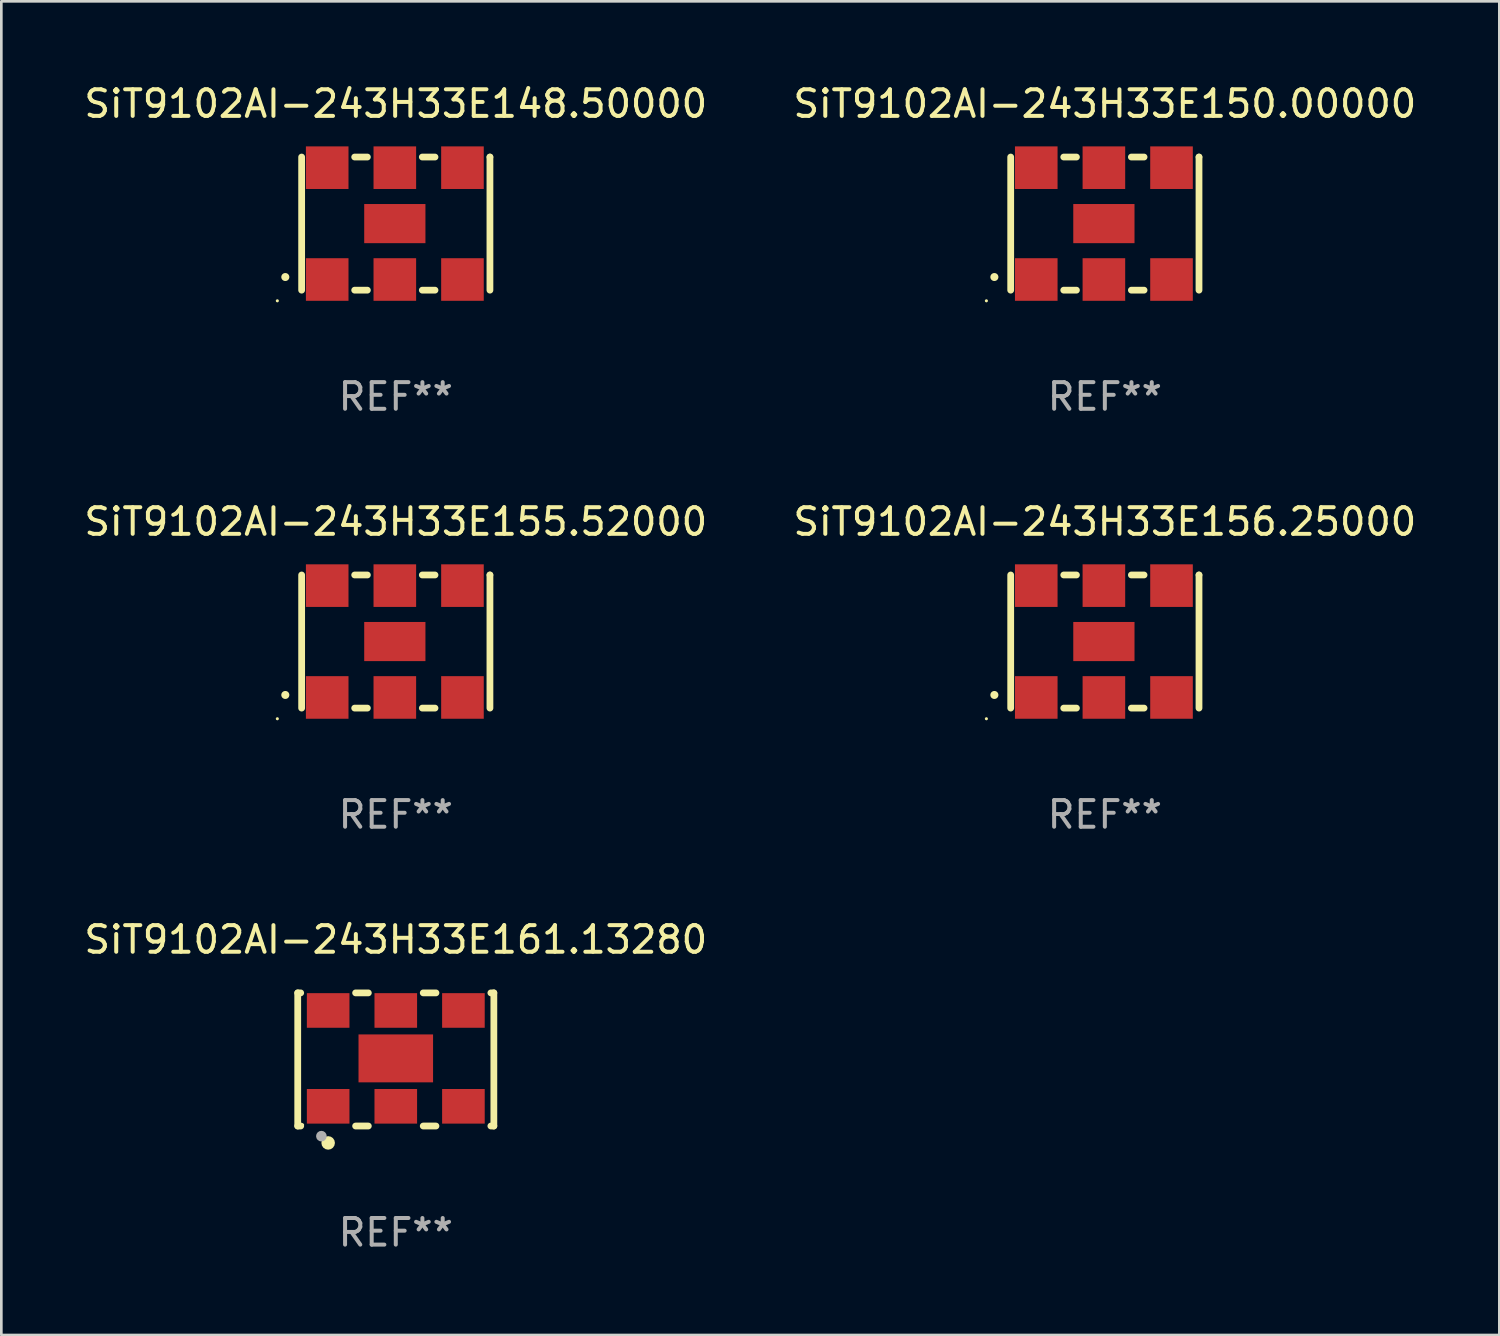
<source format=kicad_pcb>
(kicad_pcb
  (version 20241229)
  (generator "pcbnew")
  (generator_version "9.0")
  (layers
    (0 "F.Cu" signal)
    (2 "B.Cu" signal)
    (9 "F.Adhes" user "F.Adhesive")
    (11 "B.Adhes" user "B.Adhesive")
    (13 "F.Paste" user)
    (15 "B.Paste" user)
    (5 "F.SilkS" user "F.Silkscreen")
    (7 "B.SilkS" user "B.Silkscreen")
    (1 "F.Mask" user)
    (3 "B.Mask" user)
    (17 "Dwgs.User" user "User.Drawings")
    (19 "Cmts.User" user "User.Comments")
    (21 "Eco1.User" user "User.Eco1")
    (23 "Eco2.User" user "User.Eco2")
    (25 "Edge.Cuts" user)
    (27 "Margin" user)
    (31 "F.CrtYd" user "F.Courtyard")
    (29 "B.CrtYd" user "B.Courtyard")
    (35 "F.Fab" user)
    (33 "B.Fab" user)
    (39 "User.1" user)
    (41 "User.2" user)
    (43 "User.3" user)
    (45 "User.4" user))
  (footprint "SiT9102AI-243H33E148.50000"
    (layer "F.Cu")
    (at 11.815 5.348)
    (property "Reference" "SiT9102AI-243H33E148.50000" (at 0 -4.5 0) (layer "F.SilkS") (effects (font (size 1 1) (thickness 0.15))))
    (attr through_hole)
    (fp_line (start -3.536 -2.5) (end -3.536 2.5) (stroke (width 0.254) (type solid)) (layer "F.SilkS"))
    (fp_line (start -1.544 2.5) (end -1.067 2.5) (stroke (width 0.254) (type solid)) (layer "F.SilkS"))
    (fp_line (start -1.067 -2.5) (end -1.544 -2.5) (stroke (width 0.254) (type solid)) (layer "F.SilkS"))
    (fp_line (start 0.996 2.5) (end 1.473 2.5) (stroke (width 0.254) (type solid)) (layer "F.SilkS"))
    (fp_line (start 1.473 -2.5) (end 0.996 -2.5) (stroke (width 0.254) (type solid)) (layer "F.SilkS"))
    (fp_line (start 3.536 -2.5) (end 3.536 -2.5) (stroke (width 0.254) (type solid)) (layer "F.SilkS"))
    (fp_line (start 3.536 2.5) (end 3.536 -2.5) (stroke (width 0.254) (type solid)) (layer "F.SilkS"))
    (fp_arc (start -4.150432 2.006604) (mid -4.149162 2.006599) (end -4.147892 2.006604) (stroke (width 0.3) (type solid)) (layer "F.SilkS"))
    (fp_circle (center -4.449 2.9) (end -4.419 2.9) (stroke (width 0.06) (type solid)) (fill no) (layer "F.SilkS"))
    (fp_text user "REF**" (at 0 6.5 0) (layer "F.Fab") (effects (font (size 1 1) (thickness 0.15))))
    (pad "1" smd rect (at -2.576 2.1) (size 1.6 1.6) (layers "F.Cu" "F.Mask" "F.Paste"))
    (pad "2" smd rect (at -0.036 2.1) (size 1.6 1.6) (layers "F.Cu" "F.Mask" "F.Paste"))
    (pad "3" smd rect (at 2.504 2.1) (size 1.6 1.6) (layers "F.Cu" "F.Mask" "F.Paste"))
    (pad "4" smd rect (at 2.504 -2.1) (size 1.6 1.6) (layers "F.Cu" "F.Mask" "F.Paste"))
    (pad "5" smd rect (at -0.036 -2.1) (size 1.6 1.6) (layers "F.Cu" "F.Mask" "F.Paste"))
    (pad "6" smd rect (at -2.576 -2.1) (size 1.6 1.6) (layers "F.Cu" "F.Mask" "F.Paste"))
    (pad "7" smd rect (at -0.036 0) (size 2.3 1.47) (layers "F.Cu" "F.Mask" "F.Paste")))
  (footprint "SiT9102AI-243H33E155.52000"
    (layer "F.Cu")
    (at 11.815 21.045)
    (property "Reference" "SiT9102AI-243H33E155.52000" (at 0 -4.5 0) (layer "F.SilkS") (effects (font (size 1 1) (thickness 0.15))))
    (attr through_hole)
    (fp_line (start -3.536 -2.5) (end -3.536 2.5) (stroke (width 0.254) (type solid)) (layer "F.SilkS"))
    (fp_line (start -1.544 2.5) (end -1.067 2.5) (stroke (width 0.254) (type solid)) (layer "F.SilkS"))
    (fp_line (start -1.067 -2.5) (end -1.544 -2.5) (stroke (width 0.254) (type solid)) (layer "F.SilkS"))
    (fp_line (start 0.996 2.5) (end 1.473 2.5) (stroke (width 0.254) (type solid)) (layer "F.SilkS"))
    (fp_line (start 1.473 -2.5) (end 0.996 -2.5) (stroke (width 0.254) (type solid)) (layer "F.SilkS"))
    (fp_line (start 3.536 -2.5) (end 3.536 -2.5) (stroke (width 0.254) (type solid)) (layer "F.SilkS"))
    (fp_line (start 3.536 2.5) (end 3.536 -2.5) (stroke (width 0.254) (type solid)) (layer "F.SilkS"))
    (fp_arc (start -4.150432 2.006604) (mid -4.149162 2.006599) (end -4.147892 2.006604) (stroke (width 0.3) (type solid)) (layer "F.SilkS"))
    (fp_circle (center -4.449 2.9) (end -4.419 2.9) (stroke (width 0.06) (type solid)) (fill no) (layer "F.SilkS"))
    (fp_text user "REF**" (at 0 6.5 0) (layer "F.Fab") (effects (font (size 1 1) (thickness 0.15))))
    (pad "1" smd rect (at -2.576 2.1) (size 1.6 1.6) (layers "F.Cu" "F.Mask" "F.Paste"))
    (pad "2" smd rect (at -0.036 2.1) (size 1.6 1.6) (layers "F.Cu" "F.Mask" "F.Paste"))
    (pad "3" smd rect (at 2.504 2.1) (size 1.6 1.6) (layers "F.Cu" "F.Mask" "F.Paste"))
    (pad "4" smd rect (at 2.504 -2.1) (size 1.6 1.6) (layers "F.Cu" "F.Mask" "F.Paste"))
    (pad "5" smd rect (at -0.036 -2.1) (size 1.6 1.6) (layers "F.Cu" "F.Mask" "F.Paste"))
    (pad "6" smd rect (at -2.576 -2.1) (size 1.6 1.6) (layers "F.Cu" "F.Mask" "F.Paste"))
    (pad "7" smd rect (at -0.036 0) (size 2.3 1.47) (layers "F.Cu" "F.Mask" "F.Paste")))
  (footprint "SiT9102AI-243H33E161.13280"
    (layer "F.Cu")
    (at 11.815 36.741)
    (property "Reference" "SiT9102AI-243H33E161.13280" (at 0 -4.5 0) (layer "F.SilkS") (effects (font (size 1 1) (thickness 0.15))))
    (attr through_hole)
    (fp_line (start -3.683 -2.5) (end -3.571 -2.5) (stroke (width 0.254) (type solid)) (layer "F.SilkS"))
    (fp_line (start -3.683 2.5) (end -3.683 -2.5) (stroke (width 0.254) (type solid)) (layer "F.SilkS"))
    (fp_line (start -3.683 2.5) (end -3.571 2.5) (stroke (width 0.254) (type solid)) (layer "F.SilkS"))
    (fp_line (start -1.509 -2.5) (end -1.031 -2.5) (stroke (width 0.254) (type solid)) (layer "F.SilkS"))
    (fp_line (start -1.509 2.5) (end -1.031 2.5) (stroke (width 0.254) (type solid)) (layer "F.SilkS"))
    (fp_line (start 1.031 -2.5) (end 1.509 -2.5) (stroke (width 0.254) (type solid)) (layer "F.SilkS"))
    (fp_line (start 1.031 2.5) (end 1.509 2.5) (stroke (width 0.254) (type solid)) (layer "F.SilkS"))
    (fp_line (start 3.571 -2.5) (end 3.683 -2.5) (stroke (width 0.254) (type solid)) (layer "F.SilkS"))
    (fp_line (start 3.571 2.5) (end 3.683 2.5) (stroke (width 0.254) (type solid)) (layer "F.SilkS"))
    (fp_line (start 3.683 2.5) (end 3.683 -2.5) (stroke (width 0.254) (type solid)) (layer "F.SilkS"))
    (fp_circle (center -3.5 2.46) (end -3.47 2.46) (stroke (width 0.06) (type solid)) (fill no) (layer "F.SilkS"))
    (fp_circle (center -2.54 3.135) (end -2.413 3.135) (stroke (width 0.254) (type solid)) (fill no) (layer "F.SilkS"))
    (fp_circle (center -2.794 2.881) (end -2.694 2.881) (stroke (width 0.2) (type solid)) (fill no) (layer "F.Fab"))
    (fp_text user "REF**" (at 0 6.5 0) (layer "F.Fab") (effects (font (size 1 1) (thickness 0.15))))
    (pad "1" smd rect (at -2.54 1.76) (size 1.6 1.3) (layers "F.Cu" "F.Mask" "F.Paste"))
    (pad "2" smd rect (at 0 1.76) (size 1.6 1.3) (layers "F.Cu" "F.Mask" "F.Paste"))
    (pad "3" smd rect (at 2.54 1.76) (size 1.6 1.3) (layers "F.Cu" "F.Mask" "F.Paste"))
    (pad "4" smd rect (at 2.54 -1.84) (size 1.6 1.3) (layers "F.Cu" "F.Mask" "F.Paste"))
    (pad "5" smd rect (at 0 -1.84) (size 1.6 1.3) (layers "F.Cu" "F.Mask" "F.Paste"))
    (pad "6" smd rect (at -2.54 -1.84) (size 1.6 1.3) (layers "F.Cu" "F.Mask" "F.Paste"))
    (pad "7" smd rect (at 0 -0.04) (size 2.8 1.8) (layers "F.Cu" "F.Mask" "F.Paste")))
  (footprint "SiT9102AI-243H33E156.25000"
    (layer "F.Cu")
    (at 38.446 21.045)
    (property "Reference" "SiT9102AI-243H33E156.25000" (at 0 -4.5 0) (layer "F.SilkS") (effects (font (size 1 1) (thickness 0.15))))
    (attr through_hole)
    (fp_line (start -3.536 -2.5) (end -3.536 2.5) (stroke (width 0.254) (type solid)) (layer "F.SilkS"))
    (fp_line (start -1.544 2.5) (end -1.067 2.5) (stroke (width 0.254) (type solid)) (layer "F.SilkS"))
    (fp_line (start -1.067 -2.5) (end -1.544 -2.5) (stroke (width 0.254) (type solid)) (layer "F.SilkS"))
    (fp_line (start 0.996 2.5) (end 1.473 2.5) (stroke (width 0.254) (type solid)) (layer "F.SilkS"))
    (fp_line (start 1.473 -2.5) (end 0.996 -2.5) (stroke (width 0.254) (type solid)) (layer "F.SilkS"))
    (fp_line (start 3.536 -2.5) (end 3.536 -2.5) (stroke (width 0.254) (type solid)) (layer "F.SilkS"))
    (fp_line (start 3.536 2.5) (end 3.536 -2.5) (stroke (width 0.254) (type solid)) (layer "F.SilkS"))
    (fp_arc (start -4.150432 2.006604) (mid -4.149162 2.006599) (end -4.147892 2.006604) (stroke (width 0.3) (type solid)) (layer "F.SilkS"))
    (fp_circle (center -4.449 2.9) (end -4.419 2.9) (stroke (width 0.06) (type solid)) (fill no) (layer "F.SilkS"))
    (fp_text user "REF**" (at 0 6.5 0) (layer "F.Fab") (effects (font (size 1 1) (thickness 0.15))))
    (pad "1" smd rect (at -2.576 2.1) (size 1.6 1.6) (layers "F.Cu" "F.Mask" "F.Paste"))
    (pad "2" smd rect (at -0.036 2.1) (size 1.6 1.6) (layers "F.Cu" "F.Mask" "F.Paste"))
    (pad "3" smd rect (at 2.504 2.1) (size 1.6 1.6) (layers "F.Cu" "F.Mask" "F.Paste"))
    (pad "4" smd rect (at 2.504 -2.1) (size 1.6 1.6) (layers "F.Cu" "F.Mask" "F.Paste"))
    (pad "5" smd rect (at -0.036 -2.1) (size 1.6 1.6) (layers "F.Cu" "F.Mask" "F.Paste"))
    (pad "6" smd rect (at -2.576 -2.1) (size 1.6 1.6) (layers "F.Cu" "F.Mask" "F.Paste"))
    (pad "7" smd rect (at -0.036 0) (size 2.3 1.47) (layers "F.Cu" "F.Mask" "F.Paste")))
  (footprint "SiT9102AI-243H33E150.00000"
    (layer "F.Cu")
    (at 38.446 5.348)
    (property "Reference" "SiT9102AI-243H33E150.00000" (at 0 -4.5 0) (layer "F.SilkS") (effects (font (size 1 1) (thickness 0.15))))
    (attr through_hole)
    (fp_line (start -3.536 -2.5) (end -3.536 2.5) (stroke (width 0.254) (type solid)) (layer "F.SilkS"))
    (fp_line (start -1.544 2.5) (end -1.067 2.5) (stroke (width 0.254) (type solid)) (layer "F.SilkS"))
    (fp_line (start -1.067 -2.5) (end -1.544 -2.5) (stroke (width 0.254) (type solid)) (layer "F.SilkS"))
    (fp_line (start 0.996 2.5) (end 1.473 2.5) (stroke (width 0.254) (type solid)) (layer "F.SilkS"))
    (fp_line (start 1.473 -2.5) (end 0.996 -2.5) (stroke (width 0.254) (type solid)) (layer "F.SilkS"))
    (fp_line (start 3.536 -2.5) (end 3.536 -2.5) (stroke (width 0.254) (type solid)) (layer "F.SilkS"))
    (fp_line (start 3.536 2.5) (end 3.536 -2.5) (stroke (width 0.254) (type solid)) (layer "F.SilkS"))
    (fp_arc (start -4.150432 2.006604) (mid -4.149162 2.006599) (end -4.147892 2.006604) (stroke (width 0.3) (type solid)) (layer "F.SilkS"))
    (fp_circle (center -4.449 2.9) (end -4.419 2.9) (stroke (width 0.06) (type solid)) (fill no) (layer "F.SilkS"))
    (fp_text user "REF**" (at 0 6.5 0) (layer "F.Fab") (effects (font (size 1 1) (thickness 0.15))))
    (pad "1" smd rect (at -2.576 2.1) (size 1.6 1.6) (layers "F.Cu" "F.Mask" "F.Paste"))
    (pad "2" smd rect (at -0.036 2.1) (size 1.6 1.6) (layers "F.Cu" "F.Mask" "F.Paste"))
    (pad "3" smd rect (at 2.504 2.1) (size 1.6 1.6) (layers "F.Cu" "F.Mask" "F.Paste"))
    (pad "4" smd rect (at 2.504 -2.1) (size 1.6 1.6) (layers "F.Cu" "F.Mask" "F.Paste"))
    (pad "5" smd rect (at -0.036 -2.1) (size 1.6 1.6) (layers "F.Cu" "F.Mask" "F.Paste"))
    (pad "6" smd rect (at -2.576 -2.1) (size 1.6 1.6) (layers "F.Cu" "F.Mask" "F.Paste"))
    (pad "7" smd rect (at -0.036 0) (size 2.3 1.47) (layers "F.Cu" "F.Mask" "F.Paste")))
  (gr_rect
    (start -3 -3)
    (end 53.262 47.09)
    (stroke (width 0.1) (type default))
    (fill no)
    (layer "Edge.Cuts")))
</source>
